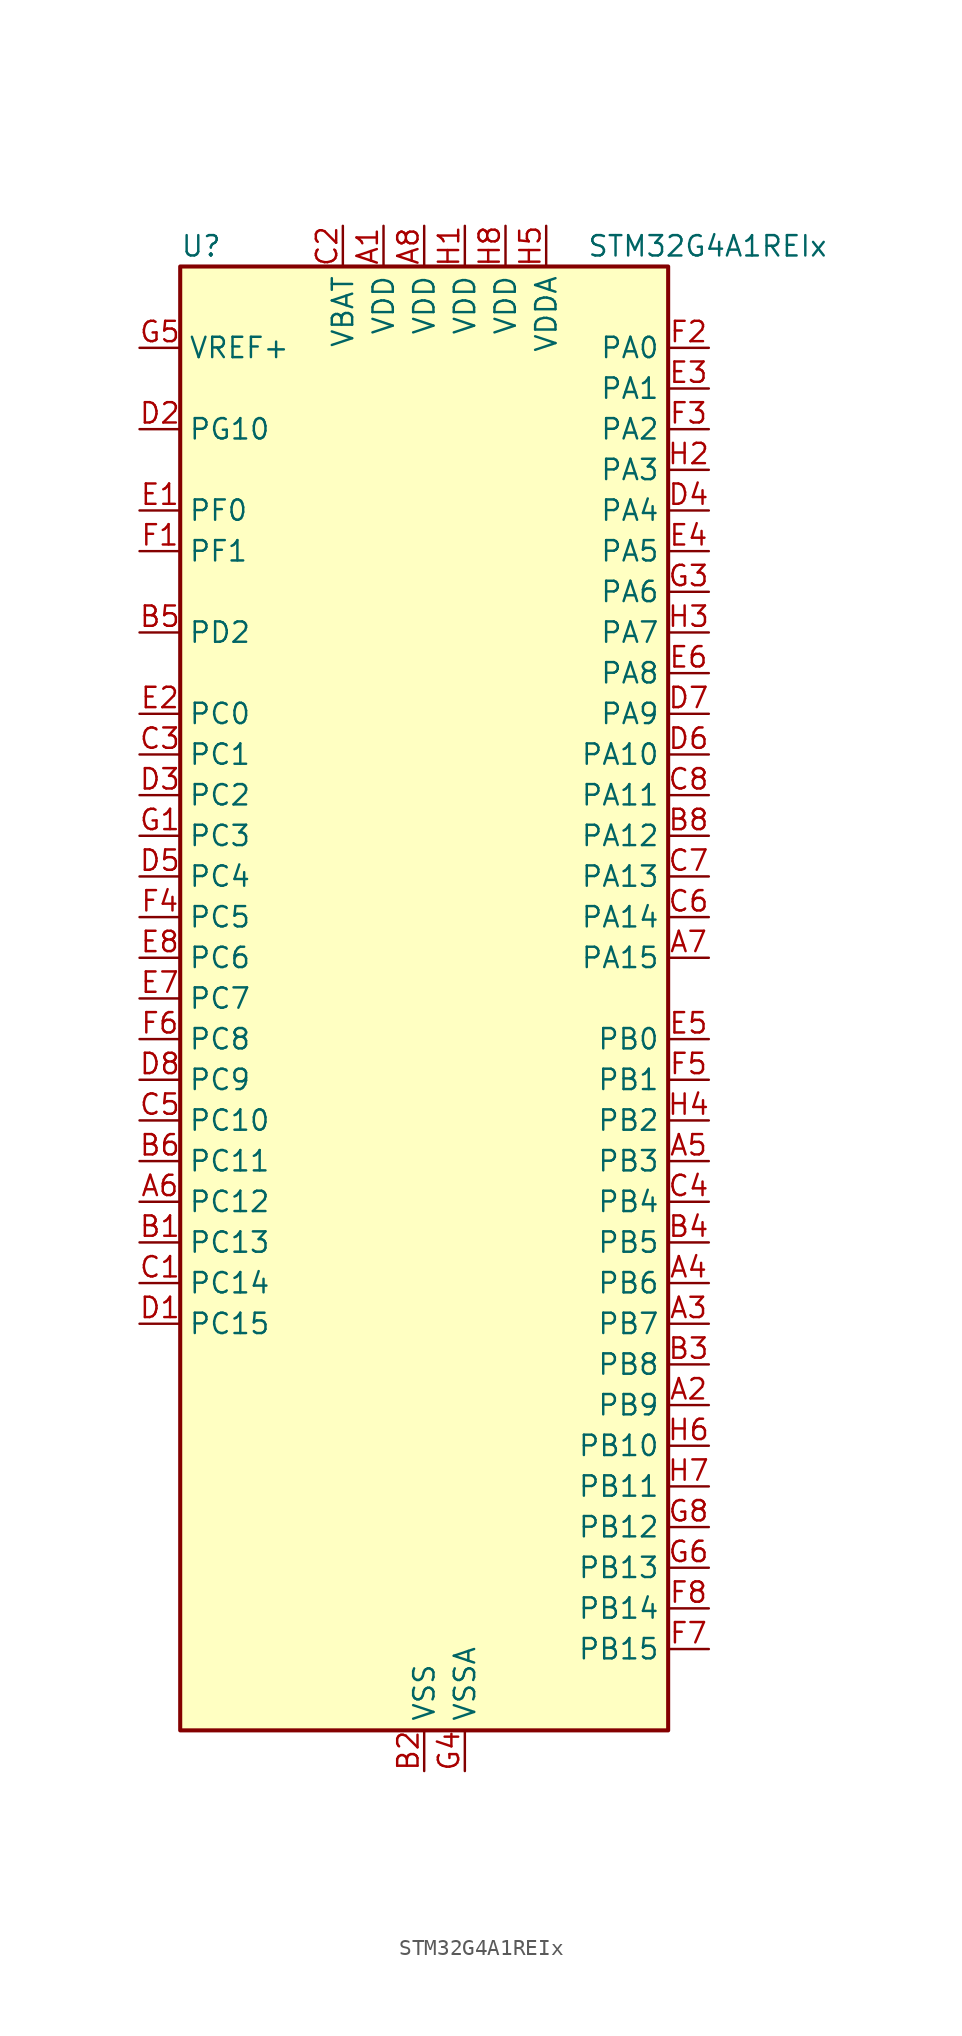
<source format=kicad_sym>
(kicad_symbol_lib
  (version 20241209)
  (generator "kicad_symbol_editor")
  (generator_version "9.0")
  (symbol "STM32G4A1REIx"
    (property "Reference" "U"
      (at -15.24 46.99 0)
      (effects (font (size 1.27 1.27)) (justify left)))
    (property "Value" "STM32G4A1REIx"
      (at 10.16 46.99 0)
      (effects (font (size 1.27 1.27)) (justify left)))
    (symbol "STM32G4A1REIx_0_1"
      (rectangle (start -15.24 -45.72) (end 15.24 45.72) (stroke (width 0.254) (type default)) (fill (type background))))
    (symbol "STM32G4A1REIx_1_1"
      (pin input line (at -17.78 40.64 0) (length 2.54) (name "VREF+" (effects (font (size 1.27 1.27)))) (number "G5" (effects (font (size 1.27 1.27)))) (alternate "VREFBUF_OUT" bidirectional line))
      (pin bidirectional line (at -17.78 35.56 0) (length 2.54) (name "PG10" (effects (font (size 1.27 1.27)))) (number "D2" (effects (font (size 1.27 1.27)))) (alternate "DAC1_EXTI10" bidirectional line) (alternate "DAC3_EXTI10" bidirectional line) (alternate "RCC_MCO" bidirectional line))
      (pin bidirectional line (at -17.78 30.48 0) (length 2.54) (name "PF0" (effects (font (size 1.27 1.27)))) (number "E1" (effects (font (size 1.27 1.27)))) (alternate "ADC1_IN10" bidirectional line) (alternate "I2C2_SDA" bidirectional line) (alternate "I2S2_WS" bidirectional line) (alternate "RCC_OSC_IN" bidirectional line) (alternate "SPI2_NSS" bidirectional line) (alternate "TIM1_CH3N" bidirectional line))
      (pin bidirectional line (at -17.78 27.94 0) (length 2.54) (name "PF1" (effects (font (size 1.27 1.27)))) (number "F1" (effects (font (size 1.27 1.27)))) (alternate "ADC2_IN10" bidirectional line) (alternate "COMP3_INM" bidirectional line) (alternate "I2S2_CK" bidirectional line) (alternate "RCC_OSC_OUT" bidirectional line) (alternate "SPI2_SCK" bidirectional line))
      (pin bidirectional line (at -17.78 22.86 0) (length 2.54) (name "PD2" (effects (font (size 1.27 1.27)))) (number "B5" (effects (font (size 1.27 1.27)))) (alternate "ADC3_EXTI2" bidirectional line) (alternate "TIM3_ETR" bidirectional line) (alternate "TIM8_BKIN" bidirectional line) (alternate "UART5_RX" bidirectional line))
      (pin bidirectional line (at -17.78 17.78 0) (length 2.54) (name "PC0" (effects (font (size 1.27 1.27)))) (number "E2" (effects (font (size 1.27 1.27)))) (alternate "ADC1_IN6" bidirectional line) (alternate "ADC2_IN6" bidirectional line) (alternate "COMP3_INM" bidirectional line) (alternate "LPTIM1_IN1" bidirectional line) (alternate "LPUART1_RX" bidirectional line) (alternate "TIM1_CH1" bidirectional line))
      (pin bidirectional line (at -17.78 15.24 0) (length 2.54) (name "PC1" (effects (font (size 1.27 1.27)))) (number "C3" (effects (font (size 1.27 1.27)))) (alternate "ADC1_IN7" bidirectional line) (alternate "ADC2_IN7" bidirectional line) (alternate "COMP3_INP" bidirectional line) (alternate "LPTIM1_OUT" bidirectional line) (alternate "LPUART1_TX" bidirectional line) (alternate "QUADSPI1_BK2_IO0" bidirectional line) (alternate "SAI1_SD_A" bidirectional line) (alternate "TIM1_CH2" bidirectional line))
      (pin bidirectional line (at -17.78 12.7 0) (length 2.54) (name "PC2" (effects (font (size 1.27 1.27)))) (number "D3" (effects (font (size 1.27 1.27)))) (alternate "ADC1_IN8" bidirectional line) (alternate "ADC2_IN8" bidirectional line) (alternate "ADC3_EXTI2" bidirectional line) (alternate "COMP3_OUT" bidirectional line) (alternate "LPTIM1_IN2" bidirectional line) (alternate "QUADSPI1_BK2_IO1" bidirectional line) (alternate "TIM1_CH3" bidirectional line) (alternate "TIM20_CH2" bidirectional line))
      (pin bidirectional line (at -17.78 10.16 0) (length 2.54) (name "PC3" (effects (font (size 1.27 1.27)))) (number "G1" (effects (font (size 1.27 1.27)))) (alternate "ADC1_IN9" bidirectional line) (alternate "ADC2_IN9" bidirectional line) (alternate "ADC3_EXTI3" bidirectional line) (alternate "LPTIM1_ETR" bidirectional line) (alternate "QUADSPI1_BK2_IO2" bidirectional line) (alternate "SAI1_D1" bidirectional line) (alternate "SAI1_SD_A" bidirectional line) (alternate "TIM1_BKIN2" bidirectional line) (alternate "TIM1_CH4" bidirectional line))
      (pin bidirectional line (at -17.78 7.62 0) (length 2.54) (name "PC4" (effects (font (size 1.27 1.27)))) (number "D5" (effects (font (size 1.27 1.27)))) (alternate "ADC2_IN5" bidirectional line) (alternate "I2C2_SCL" bidirectional line) (alternate "QUADSPI1_BK2_IO3" bidirectional line) (alternate "TIM1_ETR" bidirectional line) (alternate "USART1_TX" bidirectional line))
      (pin bidirectional line (at -17.78 5.08 0) (length 2.54) (name "PC5" (effects (font (size 1.27 1.27)))) (number "F4" (effects (font (size 1.27 1.27)))) (alternate "ADC2_IN11" bidirectional line) (alternate "OPAMP1_VINM" bidirectional line) (alternate "OPAMP1_VINM1" bidirectional line) (alternate "OPAMP1_VINM_SEC" bidirectional line) (alternate "OPAMP2_VINM" bidirectional line) (alternate "OPAMP2_VINM1" bidirectional line) (alternate "OPAMP2_VINM_SEC" bidirectional line) (alternate "SAI1_D3" bidirectional line) (alternate "SYS_WKUP5" bidirectional line) (alternate "TIM15_BKIN" bidirectional line) (alternate "TIM1_CH4N" bidirectional line) (alternate "USART1_RX" bidirectional line))
      (pin bidirectional line (at -17.78 2.54 0) (length 2.54) (name "PC6" (effects (font (size 1.27 1.27)))) (number "E8" (effects (font (size 1.27 1.27)))) (alternate "I2S2_MCK" bidirectional line) (alternate "TIM3_CH1" bidirectional line) (alternate "TIM8_CH1" bidirectional line))
      (pin bidirectional line (at -17.78 0 0) (length 2.54) (name "PC7" (effects (font (size 1.27 1.27)))) (number "E7" (effects (font (size 1.27 1.27)))) (alternate "I2S3_MCK" bidirectional line) (alternate "TIM3_CH2" bidirectional line) (alternate "TIM8_CH2" bidirectional line))
      (pin bidirectional line (at -17.78 -2.54 0) (length 2.54) (name "PC8" (effects (font (size 1.27 1.27)))) (number "F6" (effects (font (size 1.27 1.27)))) (alternate "I2C3_SCL" bidirectional line) (alternate "TIM20_CH3" bidirectional line) (alternate "TIM3_CH3" bidirectional line) (alternate "TIM8_CH3" bidirectional line))
      (pin bidirectional line (at -17.78 -5.08 0) (length 2.54) (name "PC9" (effects (font (size 1.27 1.27)))) (number "D8" (effects (font (size 1.27 1.27)))) (alternate "DAC1_EXTI9" bidirectional line) (alternate "DAC3_EXTI9" bidirectional line) (alternate "I2C3_SDA" bidirectional line) (alternate "I2S_CKIN" bidirectional line) (alternate "TIM3_CH4" bidirectional line) (alternate "TIM8_BKIN2" bidirectional line) (alternate "TIM8_CH4" bidirectional line))
      (pin bidirectional line (at -17.78 -7.62 0) (length 2.54) (name "PC10" (effects (font (size 1.27 1.27)))) (number "C5" (effects (font (size 1.27 1.27)))) (alternate "DAC1_EXTI10" bidirectional line) (alternate "DAC3_EXTI10" bidirectional line) (alternate "I2S3_CK" bidirectional line) (alternate "SPI3_SCK" bidirectional line) (alternate "TIM8_CH1N" bidirectional line) (alternate "UART4_TX" bidirectional line) (alternate "USART3_TX" bidirectional line))
      (pin bidirectional line (at -17.78 -10.16 0) (length 2.54) (name "PC11" (effects (font (size 1.27 1.27)))) (number "B6" (effects (font (size 1.27 1.27)))) (alternate "ADC1_EXTI11" bidirectional line) (alternate "ADC2_EXTI11" bidirectional line) (alternate "I2C3_SDA" bidirectional line) (alternate "SPI3_MISO" bidirectional line) (alternate "TIM8_CH2N" bidirectional line) (alternate "UART4_RX" bidirectional line) (alternate "USART3_RX" bidirectional line))
      (pin bidirectional line (at -17.78 -12.7 0) (length 2.54) (name "PC12" (effects (font (size 1.27 1.27)))) (number "A6" (effects (font (size 1.27 1.27)))) (alternate "I2S3_SD" bidirectional line) (alternate "SPI3_MOSI" bidirectional line) (alternate "TIM8_CH3N" bidirectional line) (alternate "UART5_TX" bidirectional line) (alternate "UCPD1_FRSTX1" bidirectional line) (alternate "UCPD1_FRSTX2" bidirectional line) (alternate "USART3_CK" bidirectional line))
      (pin bidirectional line (at -17.78 -15.24 0) (length 2.54) (name "PC13" (effects (font (size 1.27 1.27)))) (number "B1" (effects (font (size 1.27 1.27)))) (alternate "RTC_OUT1" bidirectional line) (alternate "RTC_TAMP1" bidirectional line) (alternate "RTC_TS" bidirectional line) (alternate "SYS_WKUP2" bidirectional line) (alternate "TIM1_BKIN" bidirectional line) (alternate "TIM1_CH1N" bidirectional line) (alternate "TIM8_CH4N" bidirectional line))
      (pin bidirectional line (at -17.78 -17.78 0) (length 2.54) (name "PC14" (effects (font (size 1.27 1.27)))) (number "C1" (effects (font (size 1.27 1.27)))) (alternate "RCC_OSC32_IN" bidirectional line))
      (pin bidirectional line (at -17.78 -20.32 0) (length 2.54) (name "PC15" (effects (font (size 1.27 1.27)))) (number "D1" (effects (font (size 1.27 1.27)))) (alternate "ADC1_EXTI15" bidirectional line) (alternate "ADC2_EXTI15" bidirectional line) (alternate "RCC_OSC32_OUT" bidirectional line))
      (pin power_in line (at -5.08 48.26 270) (length 2.54) (name "VBAT" (effects (font (size 1.27 1.27)))) (number "C2" (effects (font (size 1.27 1.27)))))
      (pin power_in line (at -2.54 48.26 270) (length 2.54) (name "VDD" (effects (font (size 1.27 1.27)))) (number "A1" (effects (font (size 1.27 1.27)))))
      (pin power_in line (at 0 48.26 270) (length 2.54) (name "VDD" (effects (font (size 1.27 1.27)))) (number "A8" (effects (font (size 1.27 1.27)))))
      (pin power_in line (at 0 -48.26 90) (length 2.54) (name "VSS" (effects (font (size 1.27 1.27)))) (number "B2" (effects (font (size 1.27 1.27)))))
      (pin passive line (at 0 -48.26 90) (length 2.54) (hide yes) (name "VSS" (effects (font (size 1.27 1.27)))) (number "B7" (effects (font (size 1.27 1.27)))))
      (pin passive line (at 0 -48.26 90) (length 2.54) (hide yes) (name "VSS" (effects (font (size 1.27 1.27)))) (number "G2" (effects (font (size 1.27 1.27)))))
      (pin passive line (at 0 -48.26 90) (length 2.54) (hide yes) (name "VSS" (effects (font (size 1.27 1.27)))) (number "G7" (effects (font (size 1.27 1.27)))))
      (pin power_in line (at 2.54 48.26 270) (length 2.54) (name "VDD" (effects (font (size 1.27 1.27)))) (number "H1" (effects (font (size 1.27 1.27)))))
      (pin power_in line (at 2.54 -48.26 90) (length 2.54) (name "VSSA" (effects (font (size 1.27 1.27)))) (number "G4" (effects (font (size 1.27 1.27)))))
      (pin power_in line (at 5.08 48.26 270) (length 2.54) (name "VDD" (effects (font (size 1.27 1.27)))) (number "H8" (effects (font (size 1.27 1.27)))))
      (pin power_in line (at 7.62 48.26 270) (length 2.54) (name "VDDA" (effects (font (size 1.27 1.27)))) (number "H5" (effects (font (size 1.27 1.27)))))
      (pin bidirectional line (at 17.78 40.64 180) (length 2.54) (name "PA0" (effects (font (size 1.27 1.27)))) (number "F2" (effects (font (size 1.27 1.27)))) (alternate "ADC1_IN1" bidirectional line) (alternate "ADC2_IN1" bidirectional line) (alternate "COMP1_INM" bidirectional line) (alternate "COMP1_OUT" bidirectional line) (alternate "COMP3_INP" bidirectional line) (alternate "RTC_TAMP2" bidirectional line) (alternate "SYS_WKUP1" bidirectional line) (alternate "TIM2_CH1" bidirectional line) (alternate "TIM2_ETR" bidirectional line) (alternate "TIM8_BKIN" bidirectional line) (alternate "TIM8_ETR" bidirectional line) (alternate "USART2_CTS" bidirectional line) (alternate "USART2_NSS" bidirectional line))
      (pin bidirectional line (at 17.78 38.1 180) (length 2.54) (name "PA1" (effects (font (size 1.27 1.27)))) (number "E3" (effects (font (size 1.27 1.27)))) (alternate "ADC1_IN2" bidirectional line) (alternate "ADC2_IN2" bidirectional line) (alternate "COMP1_INP" bidirectional line) (alternate "OPAMP1_VINP" bidirectional line) (alternate "OPAMP1_VINP_SEC" bidirectional line) (alternate "OPAMP3_VINP" bidirectional line) (alternate "OPAMP3_VINP_SEC" bidirectional line) (alternate "OPAMP6_VINM" bidirectional line) (alternate "OPAMP6_VINM0" bidirectional line) (alternate "OPAMP6_VINM_SEC" bidirectional line) (alternate "RTC_REFIN" bidirectional line) (alternate "TIM15_CH1N" bidirectional line) (alternate "TIM2_CH2" bidirectional line) (alternate "USART2_DE" bidirectional line) (alternate "USART2_RTS" bidirectional line))
      (pin bidirectional line (at 17.78 35.56 180) (length 2.54) (name "PA2" (effects (font (size 1.27 1.27)))) (number "F3" (effects (font (size 1.27 1.27)))) (alternate "ADC1_IN3" bidirectional line) (alternate "ADC3_EXTI2" bidirectional line) (alternate "COMP2_INM" bidirectional line) (alternate "COMP2_OUT" bidirectional line) (alternate "LPUART1_TX" bidirectional line) (alternate "OPAMP1_VOUT" bidirectional line) (alternate "QUADSPI1_BK1_NCS" bidirectional line) (alternate "RCC_LSCO" bidirectional line) (alternate "SYS_WKUP4" bidirectional line) (alternate "TIM15_CH1" bidirectional line) (alternate "TIM2_CH3" bidirectional line) (alternate "UCPD1_FRSTX1" bidirectional line) (alternate "UCPD1_FRSTX2" bidirectional line) (alternate "USART2_TX" bidirectional line))
      (pin bidirectional line (at 17.78 33.02 180) (length 2.54) (name "PA3" (effects (font (size 1.27 1.27)))) (number "H2" (effects (font (size 1.27 1.27)))) (alternate "ADC1_IN4" bidirectional line) (alternate "ADC3_EXTI3" bidirectional line) (alternate "COMP2_INP" bidirectional line) (alternate "LPUART1_RX" bidirectional line) (alternate "OPAMP1_VINM" bidirectional line) (alternate "OPAMP1_VINM0" bidirectional line) (alternate "OPAMP1_VINM_SEC" bidirectional line) (alternate "OPAMP1_VINP" bidirectional line) (alternate "OPAMP1_VINP_SEC" bidirectional line) (alternate "QUADSPI1_CLK" bidirectional line) (alternate "SAI1_CK1" bidirectional line) (alternate "SAI1_MCLK_A" bidirectional line) (alternate "TIM15_CH2" bidirectional line) (alternate "TIM2_CH4" bidirectional line) (alternate "USART2_RX" bidirectional line))
      (pin bidirectional line (at 17.78 30.48 180) (length 2.54) (name "PA4" (effects (font (size 1.27 1.27)))) (number "D4" (effects (font (size 1.27 1.27)))) (alternate "ADC2_IN17" bidirectional line) (alternate "COMP1_INM" bidirectional line) (alternate "DAC1_OUT1" bidirectional line) (alternate "I2S3_WS" bidirectional line) (alternate "SAI1_FS_B" bidirectional line) (alternate "SPI1_NSS" bidirectional line) (alternate "SPI3_NSS" bidirectional line) (alternate "TIM3_CH2" bidirectional line) (alternate "USART2_CK" bidirectional line))
      (pin bidirectional line (at 17.78 27.94 180) (length 2.54) (name "PA5" (effects (font (size 1.27 1.27)))) (number "E4" (effects (font (size 1.27 1.27)))) (alternate "ADC2_IN13" bidirectional line) (alternate "COMP2_INM" bidirectional line) (alternate "DAC1_OUT2" bidirectional line) (alternate "OPAMP2_VINM" bidirectional line) (alternate "OPAMP2_VINM0" bidirectional line) (alternate "OPAMP2_VINM_SEC" bidirectional line) (alternate "SPI1_SCK" bidirectional line) (alternate "TIM2_CH1" bidirectional line) (alternate "TIM2_ETR" bidirectional line) (alternate "UCPD1_FRSTX1" bidirectional line) (alternate "UCPD1_FRSTX2" bidirectional line))
      (pin bidirectional line (at 17.78 25.4 180) (length 2.54) (name "PA6" (effects (font (size 1.27 1.27)))) (number "G3" (effects (font (size 1.27 1.27)))) (alternate "ADC2_IN3" bidirectional line) (alternate "COMP1_OUT" bidirectional line) (alternate "LPUART1_CTS" bidirectional line) (alternate "OPAMP2_VOUT" bidirectional line) (alternate "QUADSPI1_BK1_IO3" bidirectional line) (alternate "SPI1_MISO" bidirectional line) (alternate "TIM16_CH1" bidirectional line) (alternate "TIM1_BKIN" bidirectional line) (alternate "TIM3_CH1" bidirectional line) (alternate "TIM8_BKIN" bidirectional line))
      (pin bidirectional line (at 17.78 22.86 180) (length 2.54) (name "PA7" (effects (font (size 1.27 1.27)))) (number "H3" (effects (font (size 1.27 1.27)))) (alternate "ADC2_IN4" bidirectional line) (alternate "COMP2_INP" bidirectional line) (alternate "COMP2_OUT" bidirectional line) (alternate "OPAMP1_VINP" bidirectional line) (alternate "OPAMP1_VINP_SEC" bidirectional line) (alternate "OPAMP2_VINP" bidirectional line) (alternate "OPAMP2_VINP_SEC" bidirectional line) (alternate "QUADSPI1_BK1_IO2" bidirectional line) (alternate "SPI1_MOSI" bidirectional line) (alternate "TIM17_CH1" bidirectional line) (alternate "TIM1_CH1N" bidirectional line) (alternate "TIM3_CH2" bidirectional line) (alternate "TIM8_CH1N" bidirectional line) (alternate "UCPD1_FRSTX1" bidirectional line) (alternate "UCPD1_FRSTX2" bidirectional line))
      (pin bidirectional line (at 17.78 20.32 180) (length 2.54) (name "PA8" (effects (font (size 1.27 1.27)))) (number "E6" (effects (font (size 1.27 1.27)))) (alternate "I2C2_SDA" bidirectional line) (alternate "I2C3_SCL" bidirectional line) (alternate "I2S2_MCK" bidirectional line) (alternate "RCC_MCO" bidirectional line) (alternate "SAI1_CK2" bidirectional line) (alternate "SAI1_SCK_A" bidirectional line) (alternate "TIM1_CH1" bidirectional line) (alternate "TIM4_ETR" bidirectional line) (alternate "USART1_CK" bidirectional line))
      (pin bidirectional line (at 17.78 17.78 180) (length 2.54) (name "PA9" (effects (font (size 1.27 1.27)))) (number "D7" (effects (font (size 1.27 1.27)))) (alternate "DAC1_EXTI9" bidirectional line) (alternate "DAC3_EXTI9" bidirectional line) (alternate "I2C2_SCL" bidirectional line) (alternate "I2C3_SMBA" bidirectional line) (alternate "I2S3_MCK" bidirectional line) (alternate "SAI1_FS_A" bidirectional line) (alternate "TIM15_BKIN" bidirectional line) (alternate "TIM1_CH2" bidirectional line) (alternate "TIM2_CH3" bidirectional line) (alternate "UCPD1_DBCC1" bidirectional line) (alternate "USART1_TX" bidirectional line))
      (pin bidirectional line (at 17.78 15.24 180) (length 2.54) (name "PA10" (effects (font (size 1.27 1.27)))) (number "D6" (effects (font (size 1.27 1.27)))) (alternate "CRS_SYNC" bidirectional line) (alternate "DAC1_EXTI10" bidirectional line) (alternate "DAC3_EXTI10" bidirectional line) (alternate "I2C2_SMBA" bidirectional line) (alternate "SAI1_D1" bidirectional line) (alternate "SAI1_SD_A" bidirectional line) (alternate "SPI2_MISO" bidirectional line) (alternate "TIM17_BKIN" bidirectional line) (alternate "TIM1_CH3" bidirectional line) (alternate "TIM2_CH4" bidirectional line) (alternate "TIM8_BKIN" bidirectional line) (alternate "UCPD1_DBCC2" bidirectional line) (alternate "USART1_RX" bidirectional line))
      (pin bidirectional line (at 17.78 12.7 180) (length 2.54) (name "PA11" (effects (font (size 1.27 1.27)))) (number "C8" (effects (font (size 1.27 1.27)))) (alternate "ADC1_EXTI11" bidirectional line) (alternate "ADC2_EXTI11" bidirectional line) (alternate "COMP1_OUT" bidirectional line) (alternate "FDCAN1_RX" bidirectional line) (alternate "I2S2_SD" bidirectional line) (alternate "SPI2_MOSI" bidirectional line) (alternate "TIM1_BKIN2" bidirectional line) (alternate "TIM1_CH1N" bidirectional line) (alternate "TIM1_CH4" bidirectional line) (alternate "TIM4_CH1" bidirectional line) (alternate "USART1_CTS" bidirectional line) (alternate "USART1_NSS" bidirectional line) (alternate "USB_DM" bidirectional line))
      (pin bidirectional line (at 17.78 10.16 180) (length 2.54) (name "PA12" (effects (font (size 1.27 1.27)))) (number "B8" (effects (font (size 1.27 1.27)))) (alternate "COMP2_OUT" bidirectional line) (alternate "FDCAN1_TX" bidirectional line) (alternate "I2S_CKIN" bidirectional line) (alternate "TIM16_CH1" bidirectional line) (alternate "TIM1_CH2N" bidirectional line) (alternate "TIM1_ETR" bidirectional line) (alternate "TIM4_CH2" bidirectional line) (alternate "USART1_DE" bidirectional line) (alternate "USART1_RTS" bidirectional line) (alternate "USB_DP" bidirectional line))
      (pin bidirectional line (at 17.78 7.62 180) (length 2.54) (name "PA13" (effects (font (size 1.27 1.27)))) (number "C7" (effects (font (size 1.27 1.27)))) (alternate "I2C1_SCL" bidirectional line) (alternate "IR_OUT" bidirectional line) (alternate "SAI1_SD_B" bidirectional line) (alternate "SYS_JTMS-SWDIO" bidirectional line) (alternate "TIM16_CH1N" bidirectional line) (alternate "TIM4_CH3" bidirectional line) (alternate "USART3_CTS" bidirectional line) (alternate "USART3_NSS" bidirectional line))
      (pin bidirectional line (at 17.78 5.08 180) (length 2.54) (name "PA14" (effects (font (size 1.27 1.27)))) (number "C6" (effects (font (size 1.27 1.27)))) (alternate "I2C1_SDA" bidirectional line) (alternate "LPTIM1_OUT" bidirectional line) (alternate "SAI1_FS_B" bidirectional line) (alternate "SYS_JTCK-SWCLK" bidirectional line) (alternate "TIM1_BKIN" bidirectional line) (alternate "TIM8_CH2" bidirectional line) (alternate "USART2_TX" bidirectional line))
      (pin bidirectional line (at 17.78 2.54 180) (length 2.54) (name "PA15" (effects (font (size 1.27 1.27)))) (number "A7" (effects (font (size 1.27 1.27)))) (alternate "ADC1_EXTI15" bidirectional line) (alternate "ADC2_EXTI15" bidirectional line) (alternate "I2C1_SCL" bidirectional line) (alternate "I2S3_WS" bidirectional line) (alternate "SPI1_NSS" bidirectional line) (alternate "SPI3_NSS" bidirectional line) (alternate "SYS_JTDI" bidirectional line) (alternate "TIM1_BKIN" bidirectional line) (alternate "TIM20_ETR" bidirectional line) (alternate "TIM2_CH1" bidirectional line) (alternate "TIM2_ETR" bidirectional line) (alternate "TIM8_CH1" bidirectional line) (alternate "UART4_DE" bidirectional line) (alternate "UART4_RTS" bidirectional line) (alternate "USART2_RX" bidirectional line))
      (pin bidirectional line (at 17.78 -2.54 180) (length 2.54) (name "PB0" (effects (font (size 1.27 1.27)))) (number "E5" (effects (font (size 1.27 1.27)))) (alternate "ADC1_IN15" bidirectional line) (alternate "ADC3_IN12" bidirectional line) (alternate "COMP4_INP" bidirectional line) (alternate "OPAMP2_VINP" bidirectional line) (alternate "OPAMP2_VINP_SEC" bidirectional line) (alternate "OPAMP3_VINP" bidirectional line) (alternate "OPAMP3_VINP_SEC" bidirectional line) (alternate "QUADSPI1_BK1_IO1" bidirectional line) (alternate "TIM1_CH2N" bidirectional line) (alternate "TIM3_CH3" bidirectional line) (alternate "TIM8_CH2N" bidirectional line) (alternate "UCPD1_FRSTX1" bidirectional line) (alternate "UCPD1_FRSTX2" bidirectional line))
      (pin bidirectional line (at 17.78 -5.08 180) (length 2.54) (name "PB1" (effects (font (size 1.27 1.27)))) (number "F5" (effects (font (size 1.27 1.27)))) (alternate "ADC1_IN12" bidirectional line) (alternate "ADC3_IN1" bidirectional line) (alternate "COMP1_INP" bidirectional line) (alternate "COMP4_OUT" bidirectional line) (alternate "LPUART1_DE" bidirectional line) (alternate "LPUART1_RTS" bidirectional line) (alternate "OPAMP3_VOUT" bidirectional line) (alternate "OPAMP6_VINM" bidirectional line) (alternate "OPAMP6_VINM1" bidirectional line) (alternate "OPAMP6_VINM_SEC" bidirectional line) (alternate "QUADSPI1_BK1_IO0" bidirectional line) (alternate "TIM1_CH3N" bidirectional line) (alternate "TIM3_CH4" bidirectional line) (alternate "TIM8_CH3N" bidirectional line))
      (pin bidirectional line (at 17.78 -7.62 180) (length 2.54) (name "PB2" (effects (font (size 1.27 1.27)))) (number "H4" (effects (font (size 1.27 1.27)))) (alternate "ADC2_IN12" bidirectional line) (alternate "ADC3_EXTI2" bidirectional line) (alternate "COMP4_INM" bidirectional line) (alternate "I2C3_SMBA" bidirectional line) (alternate "LPTIM1_OUT" bidirectional line) (alternate "OPAMP3_VINM" bidirectional line) (alternate "OPAMP3_VINM0" bidirectional line) (alternate "OPAMP3_VINM_SEC" bidirectional line) (alternate "QUADSPI1_BK2_IO1" bidirectional line) (alternate "RTC_OUT2" bidirectional line) (alternate "TIM20_CH1" bidirectional line))
      (pin bidirectional line (at 17.78 -10.16 180) (length 2.54) (name "PB3" (effects (font (size 1.27 1.27)))) (number "A5" (effects (font (size 1.27 1.27)))) (alternate "ADC3_EXTI3" bidirectional line) (alternate "CRS_SYNC" bidirectional line) (alternate "I2S3_CK" bidirectional line) (alternate "SAI1_SCK_B" bidirectional line) (alternate "SPI1_SCK" bidirectional line) (alternate "SPI3_SCK" bidirectional line) (alternate "SYS_JTDO-SWO" bidirectional line) (alternate "TIM2_CH2" bidirectional line) (alternate "TIM3_ETR" bidirectional line) (alternate "TIM4_ETR" bidirectional line) (alternate "TIM8_CH1N" bidirectional line) (alternate "USART2_TX" bidirectional line))
      (pin bidirectional line (at 17.78 -12.7 180) (length 2.54) (name "PB4" (effects (font (size 1.27 1.27)))) (number "C4" (effects (font (size 1.27 1.27)))) (alternate "SAI1_MCLK_B" bidirectional line) (alternate "SPI1_MISO" bidirectional line) (alternate "SPI3_MISO" bidirectional line) (alternate "SYS_JTRST" bidirectional line) (alternate "TIM16_CH1" bidirectional line) (alternate "TIM17_BKIN" bidirectional line) (alternate "TIM3_CH1" bidirectional line) (alternate "TIM8_CH2N" bidirectional line) (alternate "UART5_DE" bidirectional line) (alternate "UART5_RTS" bidirectional line) (alternate "UCPD1_CC2" bidirectional line) (alternate "USART2_RX" bidirectional line))
      (pin bidirectional line (at 17.78 -15.24 180) (length 2.54) (name "PB5" (effects (font (size 1.27 1.27)))) (number "B4" (effects (font (size 1.27 1.27)))) (alternate "FDCAN2_RX" bidirectional line) (alternate "I2C1_SMBA" bidirectional line) (alternate "I2C3_SDA" bidirectional line) (alternate "I2S3_SD" bidirectional line) (alternate "LPTIM1_IN1" bidirectional line) (alternate "SAI1_SD_B" bidirectional line) (alternate "SPI1_MOSI" bidirectional line) (alternate "SPI3_MOSI" bidirectional line) (alternate "TIM16_BKIN" bidirectional line) (alternate "TIM17_CH1" bidirectional line) (alternate "TIM3_CH2" bidirectional line) (alternate "TIM8_CH3N" bidirectional line) (alternate "UART5_CTS" bidirectional line) (alternate "USART2_CK" bidirectional line))
      (pin bidirectional line (at 17.78 -17.78 180) (length 2.54) (name "PB6" (effects (font (size 1.27 1.27)))) (number "A4" (effects (font (size 1.27 1.27)))) (alternate "COMP4_OUT" bidirectional line) (alternate "FDCAN2_TX" bidirectional line) (alternate "LPTIM1_ETR" bidirectional line) (alternate "SAI1_FS_B" bidirectional line) (alternate "TIM16_CH1N" bidirectional line) (alternate "TIM4_CH1" bidirectional line) (alternate "TIM8_BKIN2" bidirectional line) (alternate "TIM8_CH1" bidirectional line) (alternate "TIM8_ETR" bidirectional line) (alternate "UCPD1_CC1" bidirectional line) (alternate "USART1_TX" bidirectional line))
      (pin bidirectional line (at 17.78 -20.32 180) (length 2.54) (name "PB7" (effects (font (size 1.27 1.27)))) (number "A3" (effects (font (size 1.27 1.27)))) (alternate "COMP3_OUT" bidirectional line) (alternate "I2C1_SDA" bidirectional line) (alternate "LPTIM1_IN2" bidirectional line) (alternate "SYS_PVD_IN" bidirectional line) (alternate "TIM17_CH1N" bidirectional line) (alternate "TIM3_CH4" bidirectional line) (alternate "TIM4_CH2" bidirectional line) (alternate "TIM8_BKIN" bidirectional line) (alternate "UART4_CTS" bidirectional line) (alternate "USART1_RX" bidirectional line))
      (pin bidirectional line (at 17.78 -22.86 180) (length 2.54) (name "PB8" (effects (font (size 1.27 1.27)))) (number "B3" (effects (font (size 1.27 1.27)))) (alternate "COMP1_OUT" bidirectional line) (alternate "FDCAN1_RX" bidirectional line) (alternate "I2C1_SCL" bidirectional line) (alternate "SAI1_CK1" bidirectional line) (alternate "SAI1_MCLK_A" bidirectional line) (alternate "TIM16_CH1" bidirectional line) (alternate "TIM1_BKIN" bidirectional line) (alternate "TIM4_CH3" bidirectional line) (alternate "TIM8_CH2" bidirectional line) (alternate "USART3_RX" bidirectional line))
      (pin bidirectional line (at 17.78 -25.4 180) (length 2.54) (name "PB9" (effects (font (size 1.27 1.27)))) (number "A2" (effects (font (size 1.27 1.27)))) (alternate "COMP2_OUT" bidirectional line) (alternate "DAC1_EXTI9" bidirectional line) (alternate "DAC3_EXTI9" bidirectional line) (alternate "FDCAN1_TX" bidirectional line) (alternate "I2C1_SDA" bidirectional line) (alternate "IR_OUT" bidirectional line) (alternate "SAI1_D2" bidirectional line) (alternate "SAI1_FS_A" bidirectional line) (alternate "TIM17_CH1" bidirectional line) (alternate "TIM1_CH3N" bidirectional line) (alternate "TIM4_CH4" bidirectional line) (alternate "TIM8_CH3" bidirectional line) (alternate "USART3_TX" bidirectional line))
      (pin bidirectional line (at 17.78 -27.94 180) (length 2.54) (name "PB10" (effects (font (size 1.27 1.27)))) (number "H6" (effects (font (size 1.27 1.27)))) (alternate "DAC1_EXTI10" bidirectional line) (alternate "DAC3_EXTI10" bidirectional line) (alternate "LPUART1_RX" bidirectional line) (alternate "OPAMP3_VINM" bidirectional line) (alternate "OPAMP3_VINM1" bidirectional line) (alternate "OPAMP3_VINM_SEC" bidirectional line) (alternate "QUADSPI1_CLK" bidirectional line) (alternate "SAI1_SCK_A" bidirectional line) (alternate "TIM1_BKIN" bidirectional line) (alternate "TIM2_CH3" bidirectional line) (alternate "USART3_TX" bidirectional line))
      (pin bidirectional line (at 17.78 -30.48 180) (length 2.54) (name "PB11" (effects (font (size 1.27 1.27)))) (number "H7" (effects (font (size 1.27 1.27)))) (alternate "ADC1_EXTI11" bidirectional line) (alternate "ADC1_IN14" bidirectional line) (alternate "ADC2_EXTI11" bidirectional line) (alternate "ADC2_IN14" bidirectional line) (alternate "LPUART1_TX" bidirectional line) (alternate "OPAMP6_VOUT" bidirectional line) (alternate "QUADSPI1_BK1_NCS" bidirectional line) (alternate "TIM2_CH4" bidirectional line) (alternate "USART3_RX" bidirectional line))
      (pin bidirectional line (at 17.78 -33.02 180) (length 2.54) (name "PB12" (effects (font (size 1.27 1.27)))) (number "G8" (effects (font (size 1.27 1.27)))) (alternate "ADC1_IN11" bidirectional line) (alternate "FDCAN2_RX" bidirectional line) (alternate "I2C2_SMBA" bidirectional line) (alternate "I2S2_WS" bidirectional line) (alternate "LPUART1_DE" bidirectional line) (alternate "LPUART1_RTS" bidirectional line) (alternate "OPAMP6_VINP" bidirectional line) (alternate "OPAMP6_VINP_SEC" bidirectional line) (alternate "SPI2_NSS" bidirectional line) (alternate "TIM1_BKIN" bidirectional line) (alternate "USART3_CK" bidirectional line))
      (pin bidirectional line (at 17.78 -35.56 180) (length 2.54) (name "PB13" (effects (font (size 1.27 1.27)))) (number "G6" (effects (font (size 1.27 1.27)))) (alternate "ADC3_IN5" bidirectional line) (alternate "FDCAN2_TX" bidirectional line) (alternate "I2S2_CK" bidirectional line) (alternate "LPUART1_CTS" bidirectional line) (alternate "OPAMP3_VINP" bidirectional line) (alternate "OPAMP3_VINP_SEC" bidirectional line) (alternate "OPAMP6_VINP" bidirectional line) (alternate "OPAMP6_VINP_SEC" bidirectional line) (alternate "SPI2_SCK" bidirectional line) (alternate "TIM1_CH1N" bidirectional line) (alternate "USART3_CTS" bidirectional line) (alternate "USART3_NSS" bidirectional line))
      (pin bidirectional line (at 17.78 -38.1 180) (length 2.54) (name "PB14" (effects (font (size 1.27 1.27)))) (number "F8" (effects (font (size 1.27 1.27)))) (alternate "ADC1_IN5" bidirectional line) (alternate "COMP4_OUT" bidirectional line) (alternate "OPAMP2_VINP" bidirectional line) (alternate "OPAMP2_VINP_SEC" bidirectional line) (alternate "SPI2_MISO" bidirectional line) (alternate "TIM15_CH1" bidirectional line) (alternate "TIM1_CH2N" bidirectional line) (alternate "USART3_DE" bidirectional line) (alternate "USART3_RTS" bidirectional line))
      (pin bidirectional line (at 17.78 -40.64 180) (length 2.54) (name "PB15" (effects (font (size 1.27 1.27)))) (number "F7" (effects (font (size 1.27 1.27)))) (alternate "ADC1_EXTI15" bidirectional line) (alternate "ADC2_EXTI15" bidirectional line) (alternate "ADC2_IN15" bidirectional line) (alternate "COMP3_OUT" bidirectional line) (alternate "I2S2_SD" bidirectional line) (alternate "RTC_REFIN" bidirectional line) (alternate "SPI2_MOSI" bidirectional line) (alternate "TIM15_CH1N" bidirectional line) (alternate "TIM15_CH2" bidirectional line) (alternate "TIM1_CH3N" bidirectional line)))))
</source>
